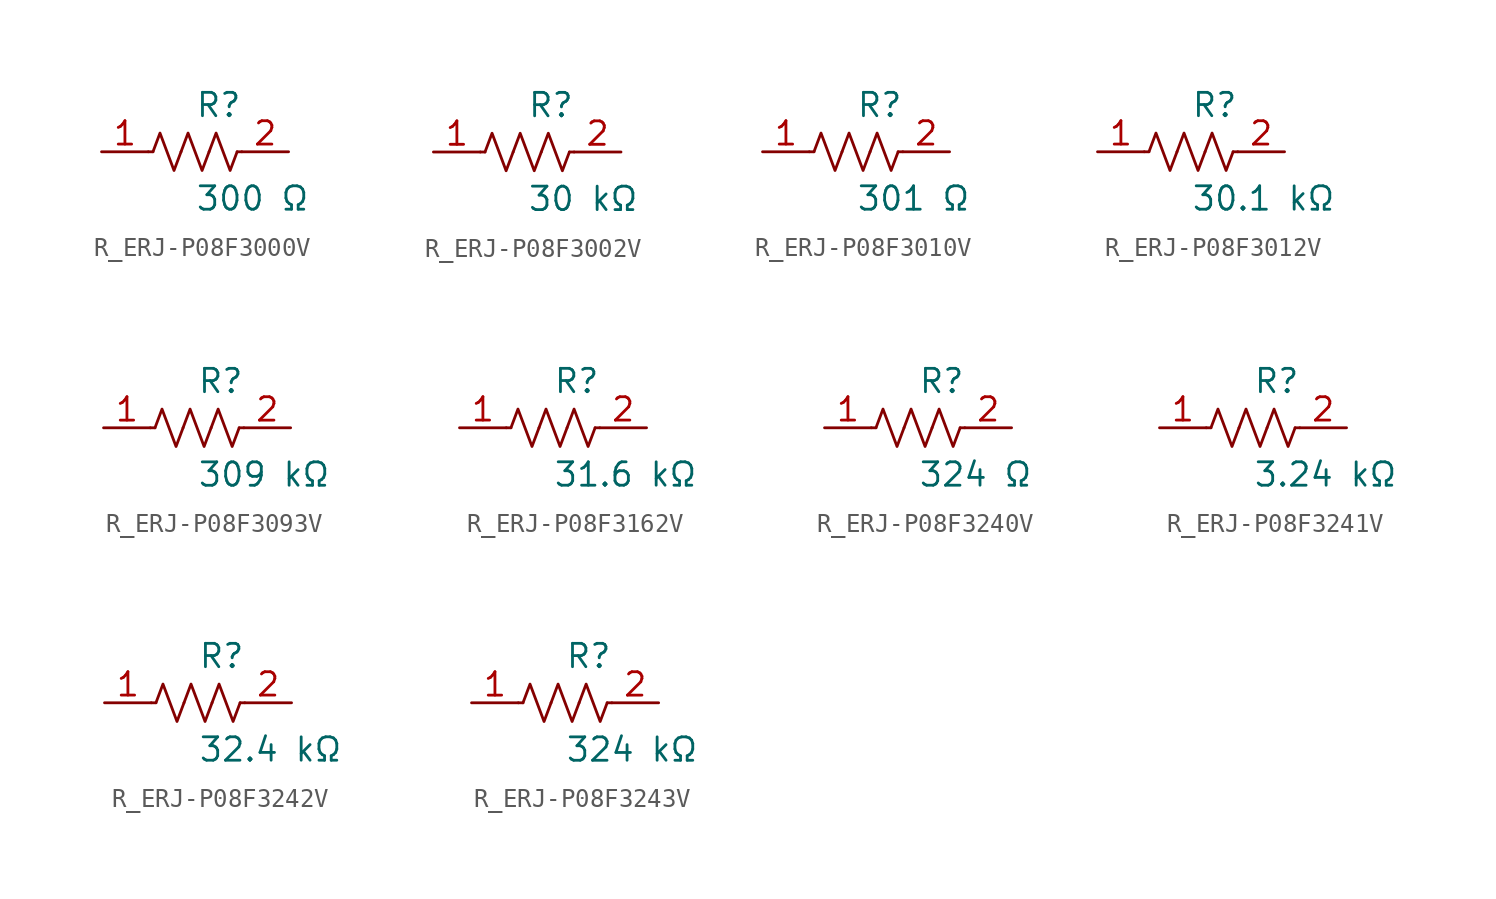
<source format=kicad_sym>
(kicad_symbol_lib
  (version 20231120)
  (generator kicad_symbol_editor)
  (generator_version 8.0)
  (symbol "R_ERJ-P08F3000V"
    (pin_names
      (offset 0.254))
    (property "Reference" "R"
      (at 0.0 2.54 0)
      (effects (font (size 1.27 1.27)) (justify left)))
    (property "Value" "300 Ω"
      (at 0.0 -2.54 0)
      (effects (font (size 1.27 1.27)) (justify left)))
    (symbol "R_ERJ-P08F3000V_0_1"
      (polyline (pts (xy 2.286 0) (xy 2.54 0)) (stroke (width 0) (type default)) (fill (type none)))
      (polyline (pts (xy -2.286 0) (xy -2.54 0)) (stroke (width 0) (type default)) (fill (type none)))
      (polyline (pts (xy 0.762 0) (xy 1.143 1.016) (xy 1.524 0) (xy 1.905 -1.016) (xy 2.286 0)) (stroke (width 0) (type default)) (fill (type none)))
      (polyline (pts (xy -0.762 0) (xy -0.381 1.016) (xy 0 0) (xy 0.381 -1.016) (xy 0.762 0)) (stroke (width 0) (type default)) (fill (type none)))
      (polyline (pts (xy -2.286 0) (xy -1.905 1.016) (xy -1.524 0) (xy -1.143 -1.016) (xy -0.762 0)) (stroke (width 0) (type default)) (fill (type none))))
    (pin unspecified line
      (at -5.08 0 0)
      (length 2.54)
      (name "" (effects (font (size 1.27 1.27))))
      (number "1" (effects (font (size 1.27 1.27)))))
    (pin unspecified line
      (at 5.08 0 180)
      (length 2.54)
      (name "" (effects (font (size 1.27 1.27))))
      (number "2" (effects (font (size 1.27 1.27))))))
  (symbol "R_ERJ-P08F3002V"
    (pin_names
      (offset 0.254))
    (property "Reference" "R"
      (at 0.0 2.54 0)
      (effects (font (size 1.27 1.27)) (justify left)))
    (property "Value" "30 kΩ"
      (at 0.0 -2.54 0)
      (effects (font (size 1.27 1.27)) (justify left)))
    (symbol "R_ERJ-P08F3002V_0_1"
      (polyline (pts (xy 2.286 0) (xy 2.54 0)) (stroke (width 0) (type default)) (fill (type none)))
      (polyline (pts (xy -2.286 0) (xy -2.54 0)) (stroke (width 0) (type default)) (fill (type none)))
      (polyline (pts (xy 0.762 0) (xy 1.143 1.016) (xy 1.524 0) (xy 1.905 -1.016) (xy 2.286 0)) (stroke (width 0) (type default)) (fill (type none)))
      (polyline (pts (xy -0.762 0) (xy -0.381 1.016) (xy 0 0) (xy 0.381 -1.016) (xy 0.762 0)) (stroke (width 0) (type default)) (fill (type none)))
      (polyline (pts (xy -2.286 0) (xy -1.905 1.016) (xy -1.524 0) (xy -1.143 -1.016) (xy -0.762 0)) (stroke (width 0) (type default)) (fill (type none))))
    (pin unspecified line
      (at -5.08 0 0)
      (length 2.54)
      (name "" (effects (font (size 1.27 1.27))))
      (number "1" (effects (font (size 1.27 1.27)))))
    (pin unspecified line
      (at 5.08 0 180)
      (length 2.54)
      (name "" (effects (font (size 1.27 1.27))))
      (number "2" (effects (font (size 1.27 1.27))))))
  (symbol "R_ERJ-P08F3010V"
    (pin_names
      (offset 0.254))
    (property "Reference" "R"
      (at 0.0 2.54 0)
      (effects (font (size 1.27 1.27)) (justify left)))
    (property "Value" "301 Ω"
      (at 0.0 -2.54 0)
      (effects (font (size 1.27 1.27)) (justify left)))
    (symbol "R_ERJ-P08F3010V_0_1"
      (polyline (pts (xy 2.286 0) (xy 2.54 0)) (stroke (width 0) (type default)) (fill (type none)))
      (polyline (pts (xy -2.286 0) (xy -2.54 0)) (stroke (width 0) (type default)) (fill (type none)))
      (polyline (pts (xy 0.762 0) (xy 1.143 1.016) (xy 1.524 0) (xy 1.905 -1.016) (xy 2.286 0)) (stroke (width 0) (type default)) (fill (type none)))
      (polyline (pts (xy -0.762 0) (xy -0.381 1.016) (xy 0 0) (xy 0.381 -1.016) (xy 0.762 0)) (stroke (width 0) (type default)) (fill (type none)))
      (polyline (pts (xy -2.286 0) (xy -1.905 1.016) (xy -1.524 0) (xy -1.143 -1.016) (xy -0.762 0)) (stroke (width 0) (type default)) (fill (type none))))
    (pin unspecified line
      (at -5.08 0 0)
      (length 2.54)
      (name "" (effects (font (size 1.27 1.27))))
      (number "1" (effects (font (size 1.27 1.27)))))
    (pin unspecified line
      (at 5.08 0 180)
      (length 2.54)
      (name "" (effects (font (size 1.27 1.27))))
      (number "2" (effects (font (size 1.27 1.27))))))
  (symbol "R_ERJ-P08F3012V"
    (pin_names
      (offset 0.254))
    (property "Reference" "R"
      (at 0.0 2.54 0)
      (effects (font (size 1.27 1.27)) (justify left)))
    (property "Value" "30.1 kΩ"
      (at 0.0 -2.54 0)
      (effects (font (size 1.27 1.27)) (justify left)))
    (symbol "R_ERJ-P08F3012V_0_1"
      (polyline (pts (xy 2.286 0) (xy 2.54 0)) (stroke (width 0) (type default)) (fill (type none)))
      (polyline (pts (xy -2.286 0) (xy -2.54 0)) (stroke (width 0) (type default)) (fill (type none)))
      (polyline (pts (xy 0.762 0) (xy 1.143 1.016) (xy 1.524 0) (xy 1.905 -1.016) (xy 2.286 0)) (stroke (width 0) (type default)) (fill (type none)))
      (polyline (pts (xy -0.762 0) (xy -0.381 1.016) (xy 0 0) (xy 0.381 -1.016) (xy 0.762 0)) (stroke (width 0) (type default)) (fill (type none)))
      (polyline (pts (xy -2.286 0) (xy -1.905 1.016) (xy -1.524 0) (xy -1.143 -1.016) (xy -0.762 0)) (stroke (width 0) (type default)) (fill (type none))))
    (pin unspecified line
      (at -5.08 0 0)
      (length 2.54)
      (name "" (effects (font (size 1.27 1.27))))
      (number "1" (effects (font (size 1.27 1.27)))))
    (pin unspecified line
      (at 5.08 0 180)
      (length 2.54)
      (name "" (effects (font (size 1.27 1.27))))
      (number "2" (effects (font (size 1.27 1.27))))))
  (symbol "R_ERJ-P08F3093V"
    (pin_names
      (offset 0.254))
    (property "Reference" "R"
      (at 0.0 2.54 0)
      (effects (font (size 1.27 1.27)) (justify left)))
    (property "Value" "309 kΩ"
      (at 0.0 -2.54 0)
      (effects (font (size 1.27 1.27)) (justify left)))
    (symbol "R_ERJ-P08F3093V_0_1"
      (polyline (pts (xy 2.286 0) (xy 2.54 0)) (stroke (width 0) (type default)) (fill (type none)))
      (polyline (pts (xy -2.286 0) (xy -2.54 0)) (stroke (width 0) (type default)) (fill (type none)))
      (polyline (pts (xy 0.762 0) (xy 1.143 1.016) (xy 1.524 0) (xy 1.905 -1.016) (xy 2.286 0)) (stroke (width 0) (type default)) (fill (type none)))
      (polyline (pts (xy -0.762 0) (xy -0.381 1.016) (xy 0 0) (xy 0.381 -1.016) (xy 0.762 0)) (stroke (width 0) (type default)) (fill (type none)))
      (polyline (pts (xy -2.286 0) (xy -1.905 1.016) (xy -1.524 0) (xy -1.143 -1.016) (xy -0.762 0)) (stroke (width 0) (type default)) (fill (type none))))
    (pin unspecified line
      (at -5.08 0 0)
      (length 2.54)
      (name "" (effects (font (size 1.27 1.27))))
      (number "1" (effects (font (size 1.27 1.27)))))
    (pin unspecified line
      (at 5.08 0 180)
      (length 2.54)
      (name "" (effects (font (size 1.27 1.27))))
      (number "2" (effects (font (size 1.27 1.27))))))
  (symbol "R_ERJ-P08F3162V"
    (pin_names
      (offset 0.254))
    (property "Reference" "R"
      (at 0.0 2.54 0)
      (effects (font (size 1.27 1.27)) (justify left)))
    (property "Value" "31.6 kΩ"
      (at 0.0 -2.54 0)
      (effects (font (size 1.27 1.27)) (justify left)))
    (symbol "R_ERJ-P08F3162V_0_1"
      (polyline (pts (xy 2.286 0) (xy 2.54 0)) (stroke (width 0) (type default)) (fill (type none)))
      (polyline (pts (xy -2.286 0) (xy -2.54 0)) (stroke (width 0) (type default)) (fill (type none)))
      (polyline (pts (xy 0.762 0) (xy 1.143 1.016) (xy 1.524 0) (xy 1.905 -1.016) (xy 2.286 0)) (stroke (width 0) (type default)) (fill (type none)))
      (polyline (pts (xy -0.762 0) (xy -0.381 1.016) (xy 0 0) (xy 0.381 -1.016) (xy 0.762 0)) (stroke (width 0) (type default)) (fill (type none)))
      (polyline (pts (xy -2.286 0) (xy -1.905 1.016) (xy -1.524 0) (xy -1.143 -1.016) (xy -0.762 0)) (stroke (width 0) (type default)) (fill (type none))))
    (pin unspecified line
      (at -5.08 0 0)
      (length 2.54)
      (name "" (effects (font (size 1.27 1.27))))
      (number "1" (effects (font (size 1.27 1.27)))))
    (pin unspecified line
      (at 5.08 0 180)
      (length 2.54)
      (name "" (effects (font (size 1.27 1.27))))
      (number "2" (effects (font (size 1.27 1.27))))))
  (symbol "R_ERJ-P08F3240V"
    (pin_names
      (offset 0.254))
    (property "Reference" "R"
      (at 0.0 2.54 0)
      (effects (font (size 1.27 1.27)) (justify left)))
    (property "Value" "324 Ω"
      (at 0.0 -2.54 0)
      (effects (font (size 1.27 1.27)) (justify left)))
    (symbol "R_ERJ-P08F3240V_0_1"
      (polyline (pts (xy 2.286 0) (xy 2.54 0)) (stroke (width 0) (type default)) (fill (type none)))
      (polyline (pts (xy -2.286 0) (xy -2.54 0)) (stroke (width 0) (type default)) (fill (type none)))
      (polyline (pts (xy 0.762 0) (xy 1.143 1.016) (xy 1.524 0) (xy 1.905 -1.016) (xy 2.286 0)) (stroke (width 0) (type default)) (fill (type none)))
      (polyline (pts (xy -0.762 0) (xy -0.381 1.016) (xy 0 0) (xy 0.381 -1.016) (xy 0.762 0)) (stroke (width 0) (type default)) (fill (type none)))
      (polyline (pts (xy -2.286 0) (xy -1.905 1.016) (xy -1.524 0) (xy -1.143 -1.016) (xy -0.762 0)) (stroke (width 0) (type default)) (fill (type none))))
    (pin unspecified line
      (at -5.08 0 0)
      (length 2.54)
      (name "" (effects (font (size 1.27 1.27))))
      (number "1" (effects (font (size 1.27 1.27)))))
    (pin unspecified line
      (at 5.08 0 180)
      (length 2.54)
      (name "" (effects (font (size 1.27 1.27))))
      (number "2" (effects (font (size 1.27 1.27))))))
  (symbol "R_ERJ-P08F3241V"
    (pin_names
      (offset 0.254))
    (property "Reference" "R"
      (at 0.0 2.54 0)
      (effects (font (size 1.27 1.27)) (justify left)))
    (property "Value" "3.24 kΩ"
      (at 0.0 -2.54 0)
      (effects (font (size 1.27 1.27)) (justify left)))
    (symbol "R_ERJ-P08F3241V_0_1"
      (polyline (pts (xy 2.286 0) (xy 2.54 0)) (stroke (width 0) (type default)) (fill (type none)))
      (polyline (pts (xy -2.286 0) (xy -2.54 0)) (stroke (width 0) (type default)) (fill (type none)))
      (polyline (pts (xy 0.762 0) (xy 1.143 1.016) (xy 1.524 0) (xy 1.905 -1.016) (xy 2.286 0)) (stroke (width 0) (type default)) (fill (type none)))
      (polyline (pts (xy -0.762 0) (xy -0.381 1.016) (xy 0 0) (xy 0.381 -1.016) (xy 0.762 0)) (stroke (width 0) (type default)) (fill (type none)))
      (polyline (pts (xy -2.286 0) (xy -1.905 1.016) (xy -1.524 0) (xy -1.143 -1.016) (xy -0.762 0)) (stroke (width 0) (type default)) (fill (type none))))
    (pin unspecified line
      (at -5.08 0 0)
      (length 2.54)
      (name "" (effects (font (size 1.27 1.27))))
      (number "1" (effects (font (size 1.27 1.27)))))
    (pin unspecified line
      (at 5.08 0 180)
      (length 2.54)
      (name "" (effects (font (size 1.27 1.27))))
      (number "2" (effects (font (size 1.27 1.27))))))
  (symbol "R_ERJ-P08F3242V"
    (pin_names
      (offset 0.254))
    (property "Reference" "R"
      (at 0.0 2.54 0)
      (effects (font (size 1.27 1.27)) (justify left)))
    (property "Value" "32.4 kΩ"
      (at 0.0 -2.54 0)
      (effects (font (size 1.27 1.27)) (justify left)))
    (symbol "R_ERJ-P08F3242V_0_1"
      (polyline (pts (xy 2.286 0) (xy 2.54 0)) (stroke (width 0) (type default)) (fill (type none)))
      (polyline (pts (xy -2.286 0) (xy -2.54 0)) (stroke (width 0) (type default)) (fill (type none)))
      (polyline (pts (xy 0.762 0) (xy 1.143 1.016) (xy 1.524 0) (xy 1.905 -1.016) (xy 2.286 0)) (stroke (width 0) (type default)) (fill (type none)))
      (polyline (pts (xy -0.762 0) (xy -0.381 1.016) (xy 0 0) (xy 0.381 -1.016) (xy 0.762 0)) (stroke (width 0) (type default)) (fill (type none)))
      (polyline (pts (xy -2.286 0) (xy -1.905 1.016) (xy -1.524 0) (xy -1.143 -1.016) (xy -0.762 0)) (stroke (width 0) (type default)) (fill (type none))))
    (pin unspecified line
      (at -5.08 0 0)
      (length 2.54)
      (name "" (effects (font (size 1.27 1.27))))
      (number "1" (effects (font (size 1.27 1.27)))))
    (pin unspecified line
      (at 5.08 0 180)
      (length 2.54)
      (name "" (effects (font (size 1.27 1.27))))
      (number "2" (effects (font (size 1.27 1.27))))))
  (symbol "R_ERJ-P08F3243V"
    (pin_names
      (offset 0.254))
    (property "Reference" "R"
      (at 0.0 2.54 0)
      (effects (font (size 1.27 1.27)) (justify left)))
    (property "Value" "324 kΩ"
      (at 0.0 -2.54 0)
      (effects (font (size 1.27 1.27)) (justify left)))
    (symbol "R_ERJ-P08F3243V_0_1"
      (polyline (pts (xy 2.286 0) (xy 2.54 0)) (stroke (width 0) (type default)) (fill (type none)))
      (polyline (pts (xy -2.286 0) (xy -2.54 0)) (stroke (width 0) (type default)) (fill (type none)))
      (polyline (pts (xy 0.762 0) (xy 1.143 1.016) (xy 1.524 0) (xy 1.905 -1.016) (xy 2.286 0)) (stroke (width 0) (type default)) (fill (type none)))
      (polyline (pts (xy -0.762 0) (xy -0.381 1.016) (xy 0 0) (xy 0.381 -1.016) (xy 0.762 0)) (stroke (width 0) (type default)) (fill (type none)))
      (polyline (pts (xy -2.286 0) (xy -1.905 1.016) (xy -1.524 0) (xy -1.143 -1.016) (xy -0.762 0)) (stroke (width 0) (type default)) (fill (type none))))
    (pin unspecified line
      (at -5.08 0 0)
      (length 2.54)
      (name "" (effects (font (size 1.27 1.27))))
      (number "1" (effects (font (size 1.27 1.27)))))
    (pin unspecified line
      (at 5.08 0 180)
      (length 2.54)
      (name "" (effects (font (size 1.27 1.27))))
      (number "2" (effects (font (size 1.27 1.27)))))))
</source>
